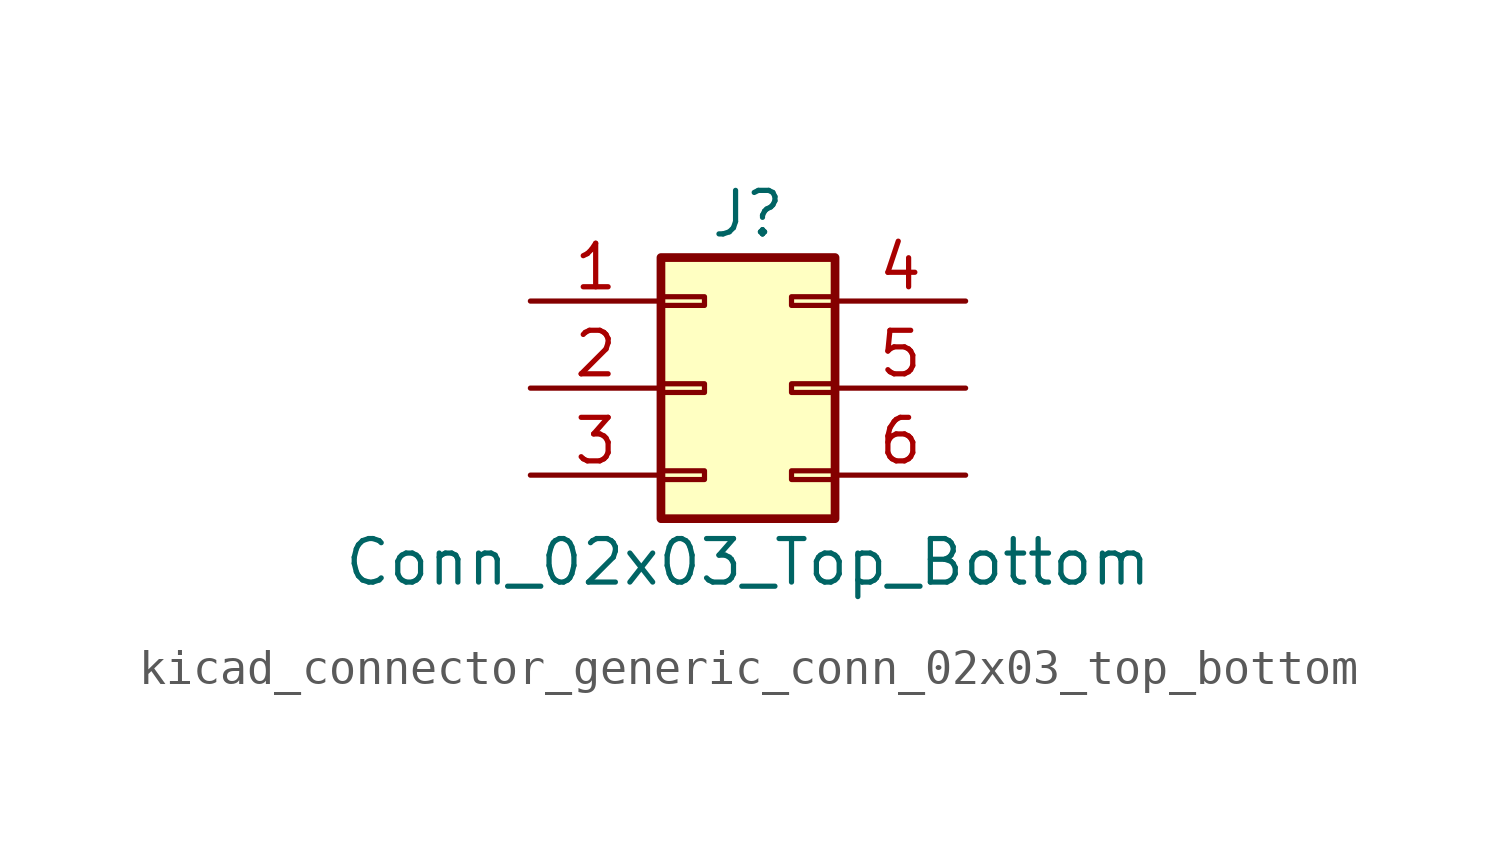
<source format=kicad_sym>
(kicad_symbol_lib
  (version 20220914)
  (generator kicad_symbol_editor)
  (symbol "kicad_connector_generic_conn_02x03_top_bottom"
    (pin_names
      (offset 1.016) hide)
    (property "Reference" "J"
      (at 1.27 5.08 0)
      (effects (font (size 1.27 1.27))))
    (property "Value" "Conn_02x03_Top_Bottom"
      (at 1.27 -5.08 0)
      (effects (font (size 1.27 1.27))))
    (symbol "kicad_connector_generic_conn_02x03_top_bottom_1_1"
      (rectangle (start -1.27 -2.413) (end 0 -2.667) (stroke (width 0.152) (type default)) (fill (type none)))
      (rectangle (start -1.27 0.127) (end 0 -0.127) (stroke (width 0.152) (type default)) (fill (type none)))
      (rectangle (start -1.27 2.667) (end 0 2.413) (stroke (width 0.152) (type default)) (fill (type none)))
      (rectangle (start -1.27 3.81) (end 3.81 -3.81) (stroke (width 0.254) (type default)) (fill (type background)))
      (rectangle (start 3.81 -2.413) (end 2.54 -2.667) (stroke (width 0.152) (type default)) (fill (type none)))
      (rectangle (start 3.81 0.127) (end 2.54 -0.127) (stroke (width 0.152) (type default)) (fill (type none)))
      (rectangle (start 3.81 2.667) (end 2.54 2.413) (stroke (width 0.152) (type default)) (fill (type none)))
      (pin passive line (at -5.08 2.54 0) (length 3.81) (name "Pin_1" (effects (font (size 1.27 1.27)))) (number "1" (effects (font (size 1.27 1.27)))))
      (pin passive line (at -5.08 0 0) (length 3.81) (name "Pin_2" (effects (font (size 1.27 1.27)))) (number "2" (effects (font (size 1.27 1.27)))))
      (pin passive line (at -5.08 -2.54 0) (length 3.81) (name "Pin_3" (effects (font (size 1.27 1.27)))) (number "3" (effects (font (size 1.27 1.27)))))
      (pin passive line (at 7.62 2.54 180) (length 3.81) (name "Pin_4" (effects (font (size 1.27 1.27)))) (number "4" (effects (font (size 1.27 1.27)))))
      (pin passive line (at 7.62 0 180) (length 3.81) (name "Pin_5" (effects (font (size 1.27 1.27)))) (number "5" (effects (font (size 1.27 1.27)))))
      (pin passive line (at 7.62 -2.54 180) (length 3.81) (name "Pin_6" (effects (font (size 1.27 1.27)))) (number "6" (effects (font (size 1.27 1.27))))))))
</source>
